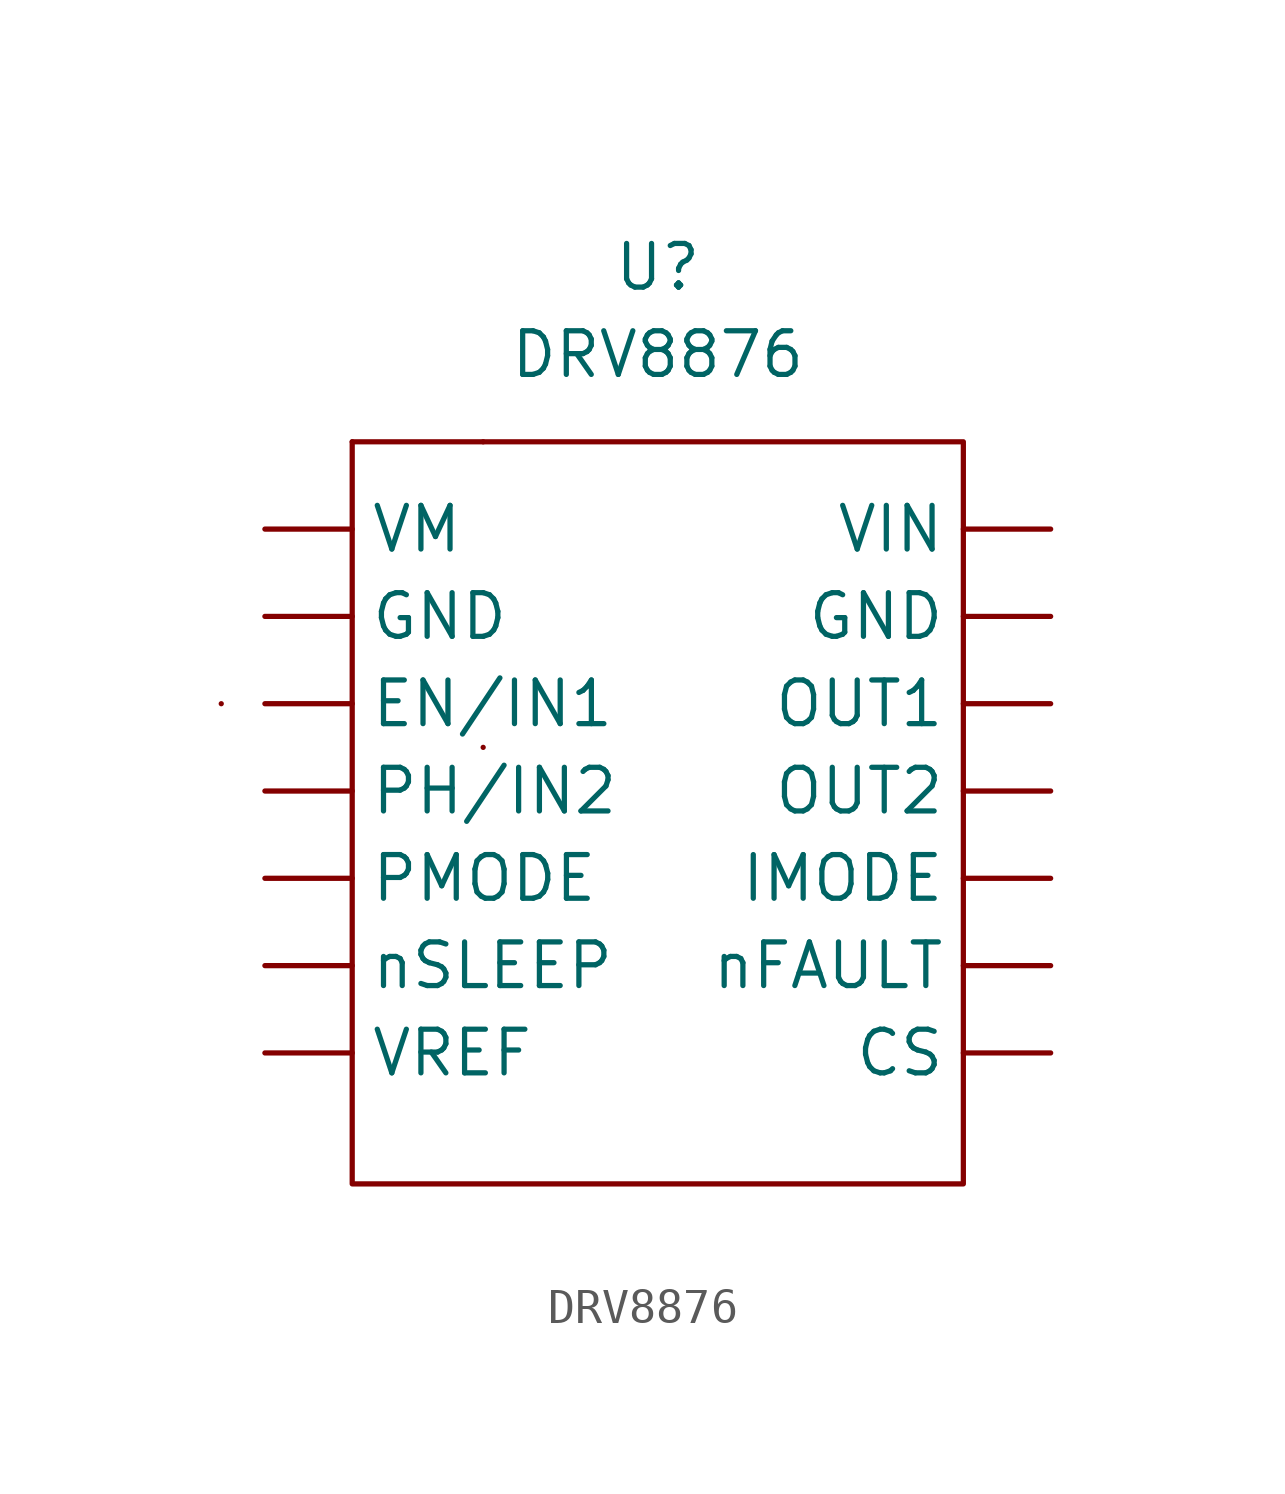
<source format=kicad_sym>
(kicad_symbol_lib
  (version 20211014)
  (generator kicad_symbol_editor)
  (symbol "DRV8876"
    (property "Reference" "U"
      (at -6.35 -3.81 0)
      (effects (font (size 1.27 1.27))))
    (property "Value" "DRV8876"
      (at -6.35 -6.35 0)
      (effects (font (size 1.27 1.27))))
    (symbol "DRV8876_0_1"
      (rectangle (start -19.05 -16.51) (end -19.05 -16.51) (stroke (width 0) (type default) (color 0 0 0 0)) (fill (type none)))
      (rectangle (start -15.24 -8.89) (end -15.24 -8.89) (stroke (width 0) (type default) (color 0 0 0 0)) (fill (type none)))
      (rectangle (start -15.24 -8.89) (end 2.54 -30.48) (stroke (width 0) (type default) (color 0 0 0 0)) (fill (type none)))
      (rectangle (start -11.43 -17.78) (end -11.43 -17.78) (stroke (width 0) (type default) (color 0 0 0 0)) (fill (type none)))
      (rectangle (start -11.43 -8.89) (end -11.43 -8.89) (stroke (width 0) (type default) (color 0 0 0 0)) (fill (type none))))
    (symbol "DRV8876_1_1"
      (pin input line (at 5.08 -26.67 180) (length 2.54) (name "CS" (effects (font (size 1.27 1.27)))) (number "" (effects (font (size 1.27 1.27)))))
      (pin input line (at -17.78 -16.51 0) (length 2.54) (name "EN/IN1" (effects (font (size 1.27 1.27)))) (number "" (effects (font (size 1.27 1.27)))))
      (pin power_out line (at -17.78 -13.97 0) (length 2.54) (name "GND" (effects (font (size 1.27 1.27)))) (number "" (effects (font (size 1.27 1.27)))))
      (pin power_out line (at 5.08 -13.97 180) (length 2.54) (name "GND" (effects (font (size 1.27 1.27)))) (number "" (effects (font (size 1.27 1.27)))))
      (pin input line (at 5.08 -21.59 180) (length 2.54) (name "IMODE" (effects (font (size 1.27 1.27)))) (number "" (effects (font (size 1.27 1.27)))))
      (pin output line (at 5.08 -16.51 180) (length 2.54) (name "OUT1" (effects (font (size 1.27 1.27)))) (number "" (effects (font (size 1.27 1.27)))))
      (pin output line (at 5.08 -19.05 180) (length 2.54) (name "OUT2" (effects (font (size 1.27 1.27)))) (number "" (effects (font (size 1.27 1.27)))))
      (pin input line (at -17.78 -19.05 0) (length 2.54) (name "PH/IN2" (effects (font (size 1.27 1.27)))) (number "" (effects (font (size 1.27 1.27)))))
      (pin input line (at -17.78 -21.59 0) (length 2.54) (name "PMODE" (effects (font (size 1.27 1.27)))) (number "" (effects (font (size 1.27 1.27)))))
      (pin power_in line (at 5.08 -11.43 180) (length 2.54) (name "VIN" (effects (font (size 1.27 1.27)))) (number "" (effects (font (size 1.27 1.27)))))
      (pin power_in line (at -17.78 -11.43 0) (length 2.54) (name "VM" (effects (font (size 1.27 1.27)))) (number "" (effects (font (size 1.27 1.27)))))
      (pin input line (at -17.78 -26.67 0) (length 2.54) (name "VREF" (effects (font (size 1.27 1.27)))) (number "" (effects (font (size 1.27 1.27)))))
      (pin open_emitter line (at 5.08 -24.13 180) (length 2.54) (name "nFAULT" (effects (font (size 1.27 1.27)))) (number "" (effects (font (size 1.27 1.27)))))
      (pin input line (at -17.78 -24.13 0) (length 2.54) (name "nSLEEP" (effects (font (size 1.27 1.27)))) (number "" (effects (font (size 1.27 1.27))))))))
</source>
